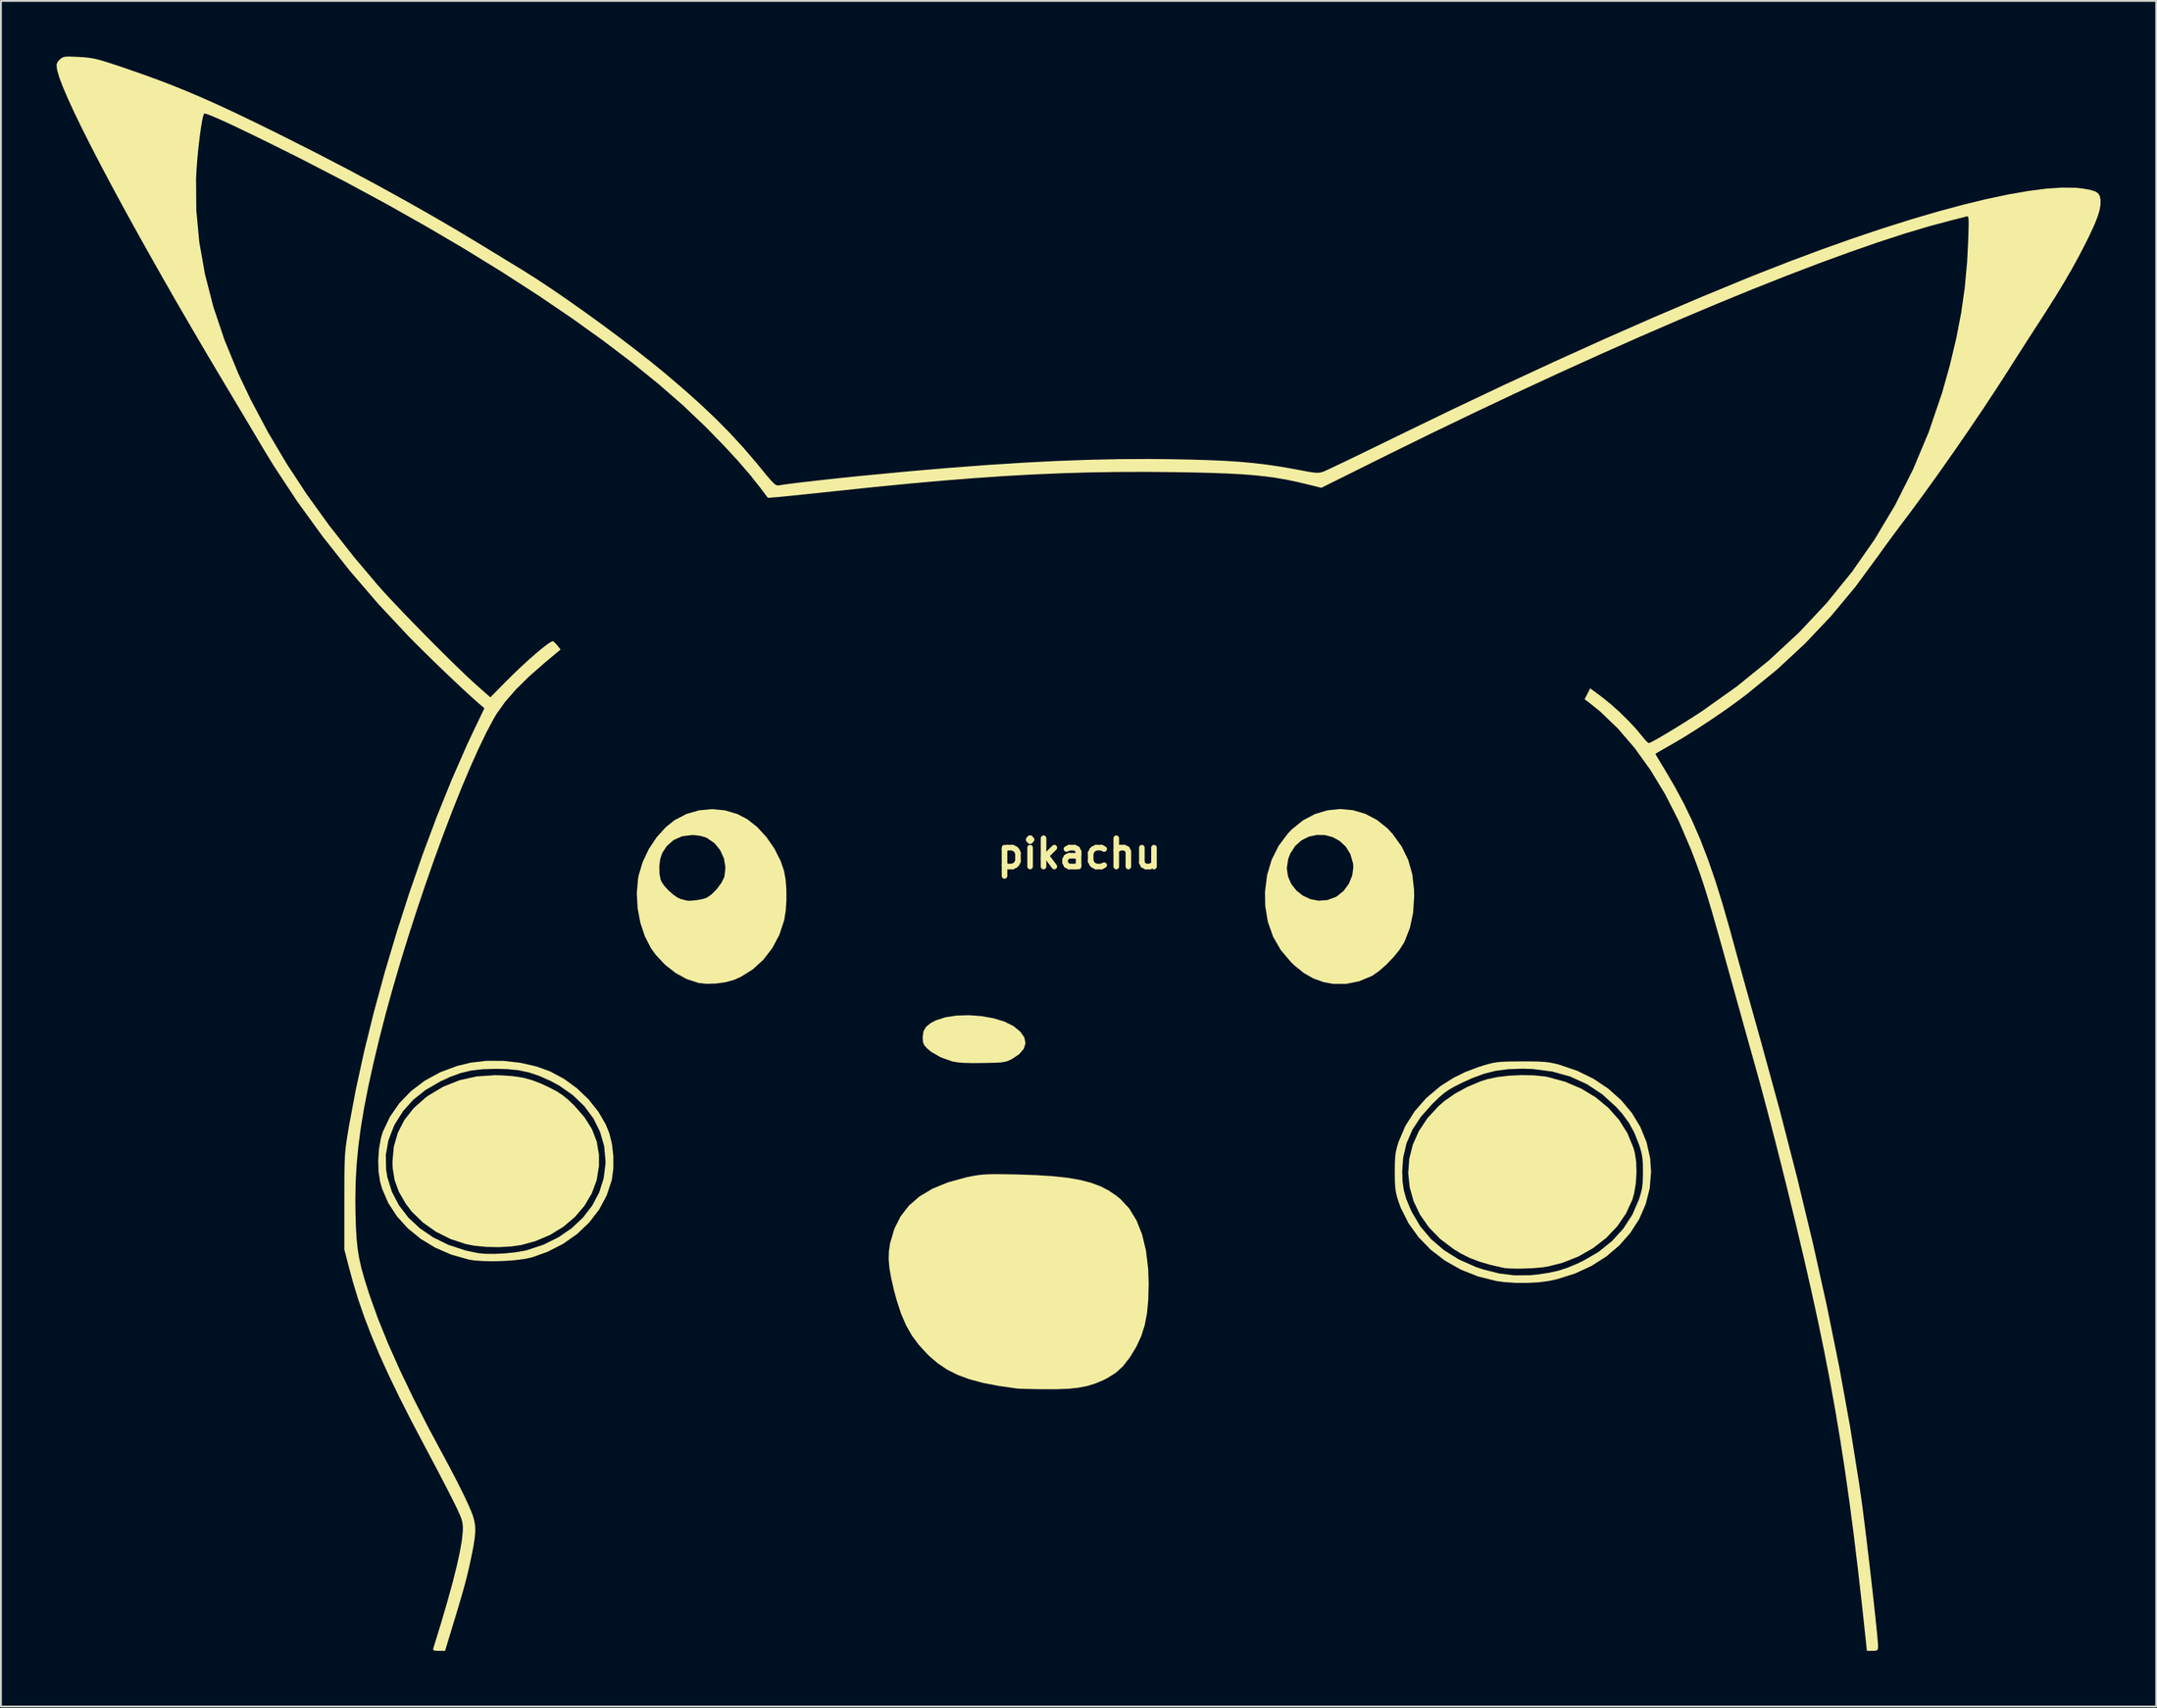
<source format=kicad_pcb>
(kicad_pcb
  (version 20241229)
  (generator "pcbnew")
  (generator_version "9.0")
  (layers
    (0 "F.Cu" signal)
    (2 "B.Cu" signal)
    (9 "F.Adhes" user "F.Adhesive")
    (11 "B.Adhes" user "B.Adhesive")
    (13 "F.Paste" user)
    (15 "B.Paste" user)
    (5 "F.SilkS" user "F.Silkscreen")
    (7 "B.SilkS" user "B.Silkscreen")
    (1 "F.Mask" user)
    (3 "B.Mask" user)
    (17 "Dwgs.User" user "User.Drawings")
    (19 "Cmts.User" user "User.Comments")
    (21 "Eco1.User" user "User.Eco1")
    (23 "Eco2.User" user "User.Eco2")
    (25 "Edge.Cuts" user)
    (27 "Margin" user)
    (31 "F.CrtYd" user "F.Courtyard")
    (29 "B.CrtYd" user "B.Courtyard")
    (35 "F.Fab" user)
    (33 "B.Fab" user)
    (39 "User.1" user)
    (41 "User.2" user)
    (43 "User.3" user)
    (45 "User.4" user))
  (footprint "pikachu"
    (layer "F.Cu")
    (at 55.118 42.979)
    (property "Reference" "pikachu" (at 0 0 0) (layer "F.SilkS") (effects (font (size 1.524 1.524) (thickness 0.3))))
    (attr through_hole)
    (fp_poly (pts (xy -5.265 8.757) (xy -4.62 8.872) (xy -4.039 9.048) (xy -3.561 9.284) (xy -3.535 9.301) (xy -3.17 9.601) (xy -2.957 9.909) (xy -2.897 10.218) (xy -2.99 10.519) (xy -3.235 10.805) (xy -3.583 11.042) (xy -3.741 11.126) (xy -3.883 11.186) (xy -4.039 11.227) (xy -4.238 11.253) (xy -4.511 11.269) (xy -4.888 11.279) (xy -5.227 11.285) (xy -5.798 11.288) (xy -6.24 11.276) (xy -6.575 11.247) (xy -6.83 11.202) (xy -6.873 11.19) (xy -7.474 10.973) (xy -7.97 10.688) (xy -8.189 10.508) (xy -8.349 10.332) (xy -8.422 10.157) (xy -8.441 9.908) (xy -8.441 9.893) (xy -8.397 9.578) (xy -8.253 9.328) (xy -7.988 9.118) (xy -7.71 8.977) (xy -7.197 8.814) (xy -6.592 8.725) (xy -5.936 8.707)) (stroke (width 0) (type solid)) (fill yes) (layer "F.SilkS"))
    (fp_poly (pts (xy -31.13 11.949) (xy -30.509 11.994) (xy -29.983 12.075) (xy -29.497 12.206) (xy -28.992 12.402) (xy -28.575 12.596) (xy -28.187 12.798) (xy -27.873 12.998) (xy -27.578 13.235) (xy -27.246 13.55) (xy -27.213 13.583) (xy -26.665 14.209) (xy -26.265 14.847) (xy -26.008 15.511) (xy -25.887 16.216) (xy -25.886 16.843) (xy -26.01 17.602) (xy -26.275 18.32) (xy -26.67 18.985) (xy -27.183 19.586) (xy -27.802 20.112) (xy -28.517 20.55) (xy -29.316 20.89) (xy -30.082 21.099) (xy -30.649 21.179) (xy -31.295 21.212) (xy -31.961 21.198) (xy -32.588 21.137) (xy -33.028 21.055) (xy -33.882 20.776) (xy -34.672 20.38) (xy -35.377 19.881) (xy -35.977 19.293) (xy -36.307 18.86) (xy -36.67 18.227) (xy -36.898 17.602) (xy -37.005 16.945) (xy -37.016 16.619) (xy -36.944 15.805) (xy -36.728 15.048) (xy -36.371 14.352) (xy -35.873 13.72) (xy -35.236 13.153) (xy -35.101 13.053) (xy -34.284 12.563) (xy -33.412 12.215) (xy -32.48 12.007) (xy -31.484 11.94)) (stroke (width 0) (type solid)) (fill yes) (layer "F.SilkS"))
    (fp_poly (pts (xy 24.504 11.949) (xy 25.091 12.009) (xy 25.247 12.037) (xy 26.188 12.294) (xy 27.055 12.664) (xy 27.835 13.135) (xy 28.518 13.7) (xy 29.092 14.347) (xy 29.545 15.067) (xy 29.867 15.85) (xy 29.939 16.107) (xy 30.017 16.605) (xy 30.035 17.183) (xy 29.996 17.781) (xy 29.902 18.336) (xy 29.814 18.645) (xy 29.469 19.4) (xy 28.992 20.095) (xy 28.396 20.72) (xy 27.698 21.263) (xy 26.912 21.712) (xy 26.053 22.054) (xy 25.249 22.258) (xy 24.917 22.306) (xy 24.504 22.341) (xy 24.054 22.364) (xy 23.614 22.372) (xy 23.226 22.364) (xy 22.936 22.34) (xy 22.883 22.33) (xy 22.168 22.169) (xy 21.57 21.995) (xy 21.051 21.796) (xy 20.571 21.556) (xy 20.193 21.328) (xy 19.454 20.77) (xy 18.845 20.143) (xy 18.368 19.462) (xy 18.022 18.739) (xy 17.81 17.988) (xy 17.731 17.22) (xy 17.787 16.45) (xy 17.978 15.69) (xy 18.305 14.953) (xy 18.77 14.253) (xy 19.372 13.602) (xy 19.671 13.342) (xy 20.246 12.938) (xy 20.915 12.573) (xy 21.616 12.277) (xy 21.993 12.156) (xy 22.534 12.041) (xy 23.17 11.967) (xy 23.845 11.936)) (stroke (width 0) (type solid)) (fill yes) (layer "F.SilkS"))
    (fp_poly (pts (xy 14.75 -2.347) (xy 15.417 -2.151) (xy 16.045 -1.822) (xy 16.617 -1.363) (xy 16.892 -1.064) (xy 17.38 -0.383) (xy 17.729 0.331) (xy 17.949 1.099) (xy 18.045 1.945) (xy 18.052 2.28) (xy 17.995 3.175) (xy 17.829 3.975) (xy 17.55 4.7) (xy 17.486 4.826) (xy 17.253 5.189) (xy 16.931 5.585) (xy 16.559 5.972) (xy 16.175 6.311) (xy 15.82 6.563) (xy 15.753 6.6) (xy 15.079 6.879) (xy 14.375 7.018) (xy 13.67 7.017) (xy 13.173 6.924) (xy 12.621 6.727) (xy 12.11 6.436) (xy 11.602 6.026) (xy 11.415 5.848) (xy 10.864 5.197) (xy 10.447 4.472) (xy 10.166 3.676) (xy 10.024 2.815) (xy 10.012 2.052) (xy 10.124 1.154) (xy 10.236 0.778) (xy 11.187 0.778) (xy 11.252 1.231) (xy 11.432 1.639) (xy 11.707 1.988) (xy 12.058 2.264) (xy 12.465 2.451) (xy 12.908 2.534) (xy 13.368 2.499) (xy 13.826 2.33) (xy 13.89 2.295) (xy 14.251 2.002) (xy 14.532 1.615) (xy 14.713 1.173) (xy 14.774 0.716) (xy 14.757 0.519) (xy 14.612 0.022) (xy 14.366 -0.38) (xy 14.04 -0.686) (xy 13.656 -0.895) (xy 13.237 -1.005) (xy 12.804 -1.014) (xy 12.38 -0.922) (xy 11.986 -0.727) (xy 11.646 -0.427) (xy 11.379 -0.022) (xy 11.257 0.297) (xy 11.187 0.778) (xy 10.236 0.778) (xy 10.372 0.323) (xy 10.751 -0.433) (xy 11.259 -1.107) (xy 11.464 -1.319) (xy 12.054 -1.795) (xy 12.697 -2.136) (xy 13.372 -2.34) (xy 14.062 -2.411)) (stroke (width 0) (type solid)) (fill yes) (layer "F.SilkS"))
    (fp_poly (pts (xy -4.127 17.279) (xy -3.583 17.289) (xy -3.33 17.294) (xy -2.295 17.33) (xy -1.398 17.388) (xy -0.622 17.473) (xy 0.048 17.588) (xy 0.629 17.739) (xy 1.136 17.927) (xy 1.586 18.158) (xy 1.995 18.434) (xy 2.218 18.616) (xy 2.695 19.128) (xy 3.084 19.765) (xy 3.385 20.521) (xy 3.596 21.39) (xy 3.714 22.368) (xy 3.742 23.154) (xy 3.722 24.022) (xy 3.653 24.77) (xy 3.527 25.426) (xy 3.338 26.02) (xy 3.078 26.581) (xy 2.74 27.138) (xy 2.723 27.162) (xy 2.362 27.628) (xy 1.97 27.987) (xy 1.494 28.284) (xy 1.282 28.388) (xy 0.861 28.565) (xy 0.435 28.697) (xy -0.028 28.788) (xy -0.557 28.845) (xy -1.183 28.871) (xy -1.797 28.873) (xy -2.254 28.868) (xy -2.673 28.86) (xy -3.021 28.85) (xy -3.269 28.84) (xy -3.369 28.833) (xy -4.348 28.693) (xy -5.192 28.529) (xy -5.921 28.334) (xy -6.554 28.1) (xy -7.111 27.82) (xy -7.61 27.487) (xy -8.071 27.093) (xy -8.176 26.991) (xy -8.637 26.492) (xy -9.018 25.98) (xy -9.335 25.424) (xy -9.606 24.793) (xy -9.845 24.057) (xy -9.982 23.547) (xy -10.134 22.892) (xy -10.23 22.348) (xy -10.271 21.88) (xy -10.261 21.457) (xy -10.202 21.045) (xy -10.19 20.986) (xy -9.966 20.224) (xy -9.63 19.554) (xy -9.178 18.972) (xy -8.606 18.475) (xy -7.91 18.06) (xy -7.084 17.721) (xy -6.125 17.457) (xy -5.947 17.418) (xy -5.676 17.365) (xy -5.428 17.325) (xy -5.178 17.298) (xy -4.897 17.283) (xy -4.556 17.277)) (stroke (width 0) (type solid)) (fill yes) (layer "F.SilkS"))
    (fp_poly (pts (xy -19.089 -2.337) (xy -18.415 -2.134) (xy -17.892 -1.861) (xy -17.353 -1.436) (xy -16.856 -0.894) (xy -16.426 -0.27) (xy -16.091 0.398) (xy -15.91 0.929) (xy -15.826 1.387) (xy -15.784 1.937) (xy -15.782 2.524) (xy -15.821 3.09) (xy -15.902 3.58) (xy -15.905 3.593) (xy -16.164 4.376) (xy -16.543 5.09) (xy -17.028 5.718) (xy -17.606 6.244) (xy -18.261 6.65) (xy -18.624 6.808) (xy -19.06 6.927) (xy -19.565 6.998) (xy -20.071 7.014) (xy -20.509 6.97) (xy -20.521 6.967) (xy -21.144 6.765) (xy -21.755 6.431) (xy -22.326 5.985) (xy -22.827 5.449) (xy -23.075 5.105) (xy -23.409 4.462) (xy -23.654 3.727) (xy -23.802 2.94) (xy -23.847 2.139) (xy -23.782 1.362) (xy -23.744 1.162) (xy -23.594 0.662) (xy -22.633 0.662) (xy -22.627 1.056) (xy -22.562 1.397) (xy -22.513 1.515) (xy -22.358 1.741) (xy -22.131 1.985) (xy -21.875 2.21) (xy -21.632 2.377) (xy -21.475 2.443) (xy -21.289 2.489) (xy -21.18 2.522) (xy -21.024 2.538) (xy -20.776 2.522) (xy -20.494 2.483) (xy -20.236 2.427) (xy -20.065 2.366) (xy -19.798 2.175) (xy -19.527 1.897) (xy -19.294 1.582) (xy -19.142 1.284) (xy -19.124 1.227) (xy -19.068 0.74) (xy -19.149 0.258) (xy -19.35 -0.187) (xy -19.657 -0.565) (xy -20.056 -0.843) (xy -20.151 -0.886) (xy -20.4 -0.957) (xy -20.711 -1) (xy -20.87 -1.007) (xy -21.404 -0.94) (xy -21.86 -0.74) (xy -22.232 -0.41) (xy -22.476 -0.039) (xy -22.582 0.277) (xy -22.633 0.662) (xy -23.594 0.662) (xy -23.528 0.442) (xy -23.198 -0.253) (xy -22.776 -0.888) (xy -22.282 -1.434) (xy -21.816 -1.806) (xy -21.18 -2.139) (xy -20.497 -2.339) (xy -19.791 -2.405)) (stroke (width 0) (type solid)) (fill yes) (layer "F.SilkS"))
    (fp_poly (pts (xy -31.036 11.169) (xy -30.128 11.271) (xy -29.262 11.468) (xy -28.528 11.732) (xy -27.771 12.137) (xy -27.071 12.648) (xy -26.448 13.243) (xy -25.924 13.9) (xy -25.519 14.598) (xy -25.328 15.068) (xy -25.185 15.652) (xy -25.111 16.304) (xy -25.111 16.959) (xy -25.187 17.553) (xy -25.2 17.61) (xy -25.47 18.426) (xy -25.877 19.186) (xy -26.41 19.881) (xy -27.059 20.499) (xy -27.812 21.03) (xy -28.659 21.463) (xy -29.504 21.765) (xy -29.91 21.851) (xy -30.423 21.916) (xy -30.999 21.957) (xy -31.592 21.973) (xy -32.156 21.962) (xy -32.646 21.923) (xy -32.912 21.879) (xy -33.849 21.613) (xy -34.716 21.236) (xy -35.501 20.76) (xy -36.191 20.194) (xy -36.774 19.55) (xy -37.238 18.839) (xy -37.571 18.071) (xy -37.683 17.675) (xy -37.765 17.132) (xy -37.782 16.521) (xy -37.762 16.228) (xy -37.372 16.228) (xy -37.358 17.023) (xy -37.29 17.443) (xy -37.046 18.23) (xy -36.666 18.957) (xy -36.161 19.615) (xy -35.54 20.196) (xy -34.813 20.691) (xy -33.991 21.092) (xy -33.084 21.39) (xy -32.408 21.533) (xy -32.003 21.571) (xy -31.499 21.575) (xy -30.951 21.548) (xy -30.411 21.493) (xy -29.932 21.413) (xy -29.775 21.377) (xy -28.88 21.08) (xy -28.07 20.681) (xy -27.355 20.189) (xy -26.745 19.616) (xy -26.248 18.971) (xy -25.874 18.265) (xy -25.633 17.508) (xy -25.533 16.712) (xy -25.531 16.572) (xy -25.606 15.764) (xy -25.826 14.995) (xy -26.184 14.274) (xy -26.674 13.613) (xy -27.287 13.021) (xy -28.016 12.509) (xy -28.459 12.269) (xy -29.072 11.991) (xy -29.64 11.797) (xy -30.213 11.674) (xy -30.843 11.612) (xy -31.44 11.597) (xy -32.155 11.619) (xy -32.772 11.691) (xy -33.34 11.826) (xy -33.911 12.034) (xy -34.422 12.27) (xy -35.222 12.732) (xy -35.89 13.261) (xy -36.439 13.871) (xy -36.88 14.572) (xy -36.939 14.688) (xy -37.233 15.449) (xy -37.372 16.228) (xy -37.762 16.228) (xy -37.739 15.9) (xy -37.637 15.328) (xy -37.539 15.004) (xy -37.155 14.189) (xy -36.644 13.451) (xy -36.015 12.799) (xy -35.281 12.241) (xy -34.452 11.787) (xy -33.539 11.445) (xy -32.794 11.264) (xy -31.94 11.165)) (stroke (width 0) (type solid)) (fill yes) (layer "F.SilkS"))
    (fp_poly (pts (xy 24.373 11.198) (xy 24.774 11.207) (xy 25.09 11.226) (xy 25.356 11.258) (xy 25.606 11.307) (xy 25.865 11.372) (xy 26.838 11.703) (xy 27.726 12.139) (xy 28.519 12.671) (xy 29.209 13.288) (xy 29.788 13.982) (xy 30.246 14.741) (xy 30.577 15.556) (xy 30.77 16.418) (xy 30.821 17.153) (xy 30.746 18.046) (xy 30.529 18.898) (xy 30.178 19.701) (xy 29.701 20.444) (xy 29.108 21.119) (xy 28.408 21.715) (xy 27.609 22.223) (xy 26.72 22.635) (xy 25.75 22.94) (xy 25.303 23.037) (xy 24.775 23.107) (xy 24.158 23.14) (xy 23.514 23.137) (xy 22.903 23.097) (xy 22.484 23.04) (xy 21.489 22.79) (xy 20.56 22.42) (xy 19.71 21.938) (xy 18.949 21.356) (xy 18.292 20.682) (xy 17.749 19.926) (xy 17.332 19.099) (xy 17.208 18.762) (xy 17.121 18.482) (xy 17.064 18.231) (xy 17.029 17.964) (xy 17.012 17.636) (xy 17.007 17.202) (xy 17.007 17.153) (xy 17.008 17.127) (xy 17.406 17.127) (xy 17.426 17.671) (xy 17.494 18.146) (xy 17.626 18.611) (xy 17.833 19.12) (xy 17.927 19.321) (xy 18.379 20.089) (xy 18.959 20.776) (xy 19.657 21.375) (xy 20.466 21.879) (xy 21.377 22.282) (xy 21.761 22.411) (xy 22.632 22.631) (xy 23.46 22.734) (xy 24.299 22.726) (xy 24.705 22.686) (xy 25.307 22.596) (xy 25.824 22.481) (xy 26.316 22.321) (xy 26.843 22.1) (xy 27.148 21.956) (xy 27.98 21.474) (xy 28.708 20.89) (xy 29.322 20.215) (xy 29.812 19.459) (xy 30.161 18.655) (xy 30.266 18.324) (xy 30.331 18.038) (xy 30.367 17.741) (xy 30.381 17.375) (xy 30.382 17.153) (xy 30.377 16.732) (xy 30.353 16.409) (xy 30.305 16.13) (xy 30.222 15.838) (xy 30.17 15.681) (xy 29.923 15.054) (xy 29.633 14.519) (xy 29.264 14.018) (xy 28.937 13.652) (xy 28.189 12.971) (xy 27.366 12.427) (xy 26.47 12.018) (xy 25.498 11.745) (xy 24.453 11.608) (xy 23.89 11.59) (xy 23.125 11.617) (xy 22.446 11.705) (xy 21.799 11.868) (xy 21.133 12.118) (xy 20.613 12.357) (xy 20.22 12.555) (xy 19.918 12.728) (xy 19.658 12.911) (xy 19.395 13.136) (xy 19.083 13.437) (xy 19.022 13.497) (xy 18.414 14.182) (xy 17.955 14.882) (xy 17.639 15.612) (xy 17.458 16.386) (xy 17.406 17.127) (xy 17.008 17.127) (xy 17.011 16.708) (xy 17.027 16.373) (xy 17.059 16.102) (xy 17.115 15.85) (xy 17.199 15.572) (xy 17.214 15.527) (xy 17.577 14.678) (xy 18.076 13.889) (xy 18.699 13.177) (xy 19.435 12.556) (xy 19.546 12.478) (xy 20.171 12.084) (xy 20.809 11.768) (xy 21.521 11.5) (xy 21.799 11.412) (xy 22.068 11.334) (xy 22.302 11.278) (xy 22.537 11.24) (xy 22.807 11.216) (xy 23.146 11.204) (xy 23.589 11.198) (xy 23.851 11.197)) (stroke (width 0) (type solid)) (fill yes) (layer "F.SilkS"))
    (fp_poly (pts (xy -54.101 -42.967) (xy -53.919 -42.958) (xy -53.633 -42.941) (xy -53.383 -42.916) (xy -53.143 -42.878) (xy -52.882 -42.818) (xy -52.573 -42.73) (xy -52.186 -42.608) (xy -51.693 -42.444) (xy -51.468 -42.368) (xy -50.571 -42.057) (xy -49.721 -41.749) (xy -48.897 -41.434) (xy -48.076 -41.101) (xy -47.237 -40.743) (xy -46.358 -40.35) (xy -45.418 -39.911) (xy -44.395 -39.419) (xy -43.267 -38.863) (xy -42.814 -38.637) (xy -41.035 -37.737) (xy -39.367 -36.869) (xy -37.774 -36.015) (xy -36.219 -35.155) (xy -35.428 -34.708) (xy -34.983 -34.454) (xy -34.564 -34.213) (xy -34.152 -33.973) (xy -33.732 -33.726) (xy -33.285 -33.46) (xy -32.794 -33.165) (xy -32.241 -32.831) (xy -31.611 -32.447) (xy -30.884 -32.004) (xy -30.044 -31.49) (xy -29.978 -31.45) (xy -29.249 -30.989) (xy -28.429 -30.445) (xy -27.544 -29.837) (xy -26.62 -29.184) (xy -25.682 -28.504) (xy -24.757 -27.816) (xy -23.87 -27.138) (xy -23.047 -26.491) (xy -22.315 -25.892) (xy -22.302 -25.881) (xy -21.287 -25.014) (xy -20.381 -24.203) (xy -19.562 -23.425) (xy -18.806 -22.658) (xy -18.09 -21.878) (xy -17.391 -21.062) (xy -17.089 -20.693) (xy -16.807 -20.349) (xy -16.6 -20.11) (xy -16.452 -19.959) (xy -16.341 -19.88) (xy -16.251 -19.854) (xy -16.186 -19.86) (xy -15.994 -19.892) (xy -15.668 -19.937) (xy -15.229 -19.992) (xy -14.696 -20.055) (xy -14.091 -20.124) (xy -13.434 -20.197) (xy -12.744 -20.271) (xy -12.043 -20.343) (xy -11.461 -20.401) (xy -9.162 -20.619) (xy -7.002 -20.804) (xy -4.967 -20.958) (xy -3.044 -21.081) (xy -1.22 -21.175) (xy 0.518 -21.239) (xy 2.184 -21.275) (xy 3.789 -21.283) (xy 4.956 -21.271) (xy 6.04 -21.249) (xy 6.995 -21.22) (xy 7.844 -21.182) (xy 8.612 -21.133) (xy 9.325 -21.069) (xy 10.006 -20.991) (xy 10.682 -20.894) (xy 11.375 -20.778) (xy 11.988 -20.663) (xy 12.381 -20.59) (xy 12.659 -20.549) (xy 12.856 -20.538) (xy 13.009 -20.555) (xy 13.15 -20.597) (xy 13.273 -20.65) (xy 13.522 -20.765) (xy 13.88 -20.935) (xy 14.336 -21.152) (xy 14.874 -21.411) (xy 15.48 -21.705) (xy 16.14 -22.026) (xy 16.84 -22.367) (xy 17.114 -22.502) (xy 20.011 -23.906) (xy 22.853 -25.254) (xy 25.629 -26.54) (xy 28.326 -27.76) (xy 30.935 -28.908) (xy 33.443 -29.979) (xy 35.839 -30.968) (xy 36.607 -31.277) (xy 38.344 -31.956) (xy 40.039 -32.588) (xy 41.683 -33.172) (xy 43.269 -33.705) (xy 44.79 -34.186) (xy 46.239 -34.613) (xy 47.606 -34.982) (xy 48.886 -35.294) (xy 50.071 -35.545) (xy 51.153 -35.733) (xy 52.124 -35.858) (xy 52.977 -35.915) (xy 53.704 -35.905) (xy 54.067 -35.867) (xy 54.473 -35.795) (xy 54.749 -35.712) (xy 54.92 -35.601) (xy 55.01 -35.448) (xy 55.044 -35.25) (xy 55.041 -34.985) (xy 54.99 -34.687) (xy 54.883 -34.336) (xy 54.713 -33.91) (xy 54.474 -33.39) (xy 54.248 -32.931) (xy 53.889 -32.237) (xy 53.511 -31.546) (xy 53.096 -30.83) (xy 52.63 -30.063) (xy 52.096 -29.216) (xy 51.732 -28.652) (xy 51.402 -28.143) (xy 51.033 -27.571) (xy 50.66 -26.988) (xy 50.317 -26.45) (xy 50.143 -26.174) (xy 49.473 -25.132) (xy 48.733 -24.01) (xy 47.945 -22.843) (xy 47.132 -21.664) (xy 46.318 -20.506) (xy 45.525 -19.402) (xy 44.777 -18.386) (xy 44.489 -18.005) (xy 44.163 -17.571) (xy 43.834 -17.129) (xy 43.527 -16.711) (xy 43.267 -16.352) (xy 43.094 -16.107) (xy 41.831 -14.389) (xy 40.509 -12.801) (xy 39.109 -11.322) (xy 37.61 -9.932) (xy 35.995 -8.612) (xy 35.509 -8.245) (xy 34.839 -7.761) (xy 34.106 -7.258) (xy 33.355 -6.764) (xy 32.628 -6.306) (xy 31.968 -5.915) (xy 31.846 -5.846) (xy 31.536 -5.67) (xy 31.283 -5.524) (xy 31.113 -5.423) (xy 31.053 -5.381) (xy 31.091 -5.311) (xy 31.194 -5.136) (xy 31.348 -4.881) (xy 31.536 -4.572) (xy 31.544 -4.558) (xy 32.088 -3.633) (xy 32.584 -2.708) (xy 33.042 -1.762) (xy 33.47 -0.773) (xy 33.876 0.279) (xy 34.27 1.416) (xy 34.658 2.659) (xy 35.051 4.028) (xy 35.166 4.448) (xy 35.306 4.961) (xy 35.48 5.596) (xy 35.681 6.324) (xy 35.901 7.119) (xy 36.133 7.951) (xy 36.369 8.795) (xy 36.6 9.622) (xy 36.715 10.028) (xy 37.748 13.802) (xy 38.689 17.453) (xy 39.539 20.984) (xy 40.298 24.398) (xy 40.966 27.696) (xy 41.544 30.882) (xy 42.033 33.956) (xy 42.123 34.577) (xy 42.189 35.053) (xy 42.263 35.62) (xy 42.343 36.258) (xy 42.428 36.95) (xy 42.515 37.676) (xy 42.603 38.419) (xy 42.688 39.16) (xy 42.77 39.88) (xy 42.845 40.561) (xy 42.912 41.184) (xy 42.969 41.731) (xy 43.013 42.184) (xy 43.043 42.525) (xy 43.056 42.733) (xy 43.056 42.759) (xy 43.042 42.901) (xy 42.97 42.964) (xy 42.796 42.979) (xy 42.754 42.979) (xy 42.452 42.979) (xy 42.405 42.533) (xy 42.183 40.462) (xy 41.962 38.523) (xy 41.74 36.694) (xy 41.512 34.955) (xy 41.275 33.285) (xy 41.025 31.664) (xy 40.759 30.07) (xy 40.473 28.484) (xy 40.163 26.883) (xy 39.826 25.248) (xy 39.457 23.558) (xy 39.054 21.792) (xy 38.613 19.928) (xy 38.129 17.948) (xy 37.902 17.037) (xy 37.704 16.249) (xy 37.492 15.419) (xy 37.274 14.577) (xy 37.059 13.757) (xy 36.855 12.99) (xy 36.671 12.308) (xy 36.515 11.744) (xy 36.512 11.732) (xy 36.36 11.193) (xy 36.175 10.533) (xy 35.965 9.783) (xy 35.739 8.972) (xy 35.504 8.129) (xy 35.269 7.284) (xy 35.041 6.465) (xy 34.966 6.195) (xy 34.692 5.21) (xy 34.453 4.358) (xy 34.243 3.621) (xy 34.058 2.983) (xy 33.893 2.428) (xy 33.741 1.937) (xy 33.597 1.494) (xy 33.458 1.083) (xy 33.316 0.686) (xy 33.167 0.286) (xy 33.006 -0.133) (xy 32.968 -0.232) (xy 32.309 -1.771) (xy 31.582 -3.2) (xy 30.789 -4.511) (xy 29.936 -5.698) (xy 29.028 -6.754) (xy 28.07 -7.672) (xy 27.498 -8.134) (xy 27.238 -8.331) (xy 27.539 -8.917) (xy 28.173 -8.447) (xy 28.615 -8.093) (xy 29.094 -7.664) (xy 29.568 -7.201) (xy 29.996 -6.745) (xy 30.329 -6.344) (xy 30.494 -6.144) (xy 30.63 -6.006) (xy 30.698 -5.963) (xy 30.8 -6.003) (xy 31.011 -6.114) (xy 31.309 -6.283) (xy 31.674 -6.498) (xy 32.084 -6.746) (xy 32.519 -7.015) (xy 32.956 -7.29) (xy 33.374 -7.56) (xy 33.57 -7.689) (xy 35.444 -9.02) (xy 37.187 -10.435) (xy 38.801 -11.934) (xy 40.285 -13.518) (xy 41.641 -15.188) (xy 42.868 -16.945) (xy 43.968 -18.788) (xy 44.94 -20.72) (xy 45.786 -22.739) (xy 46.505 -24.849) (xy 46.921 -26.329) (xy 47.268 -27.785) (xy 47.534 -29.163) (xy 47.726 -30.511) (xy 47.852 -31.879) (xy 47.907 -32.954) (xy 47.925 -33.46) (xy 47.935 -33.831) (xy 47.937 -34.086) (xy 47.928 -34.248) (xy 47.907 -34.334) (xy 47.874 -34.365) (xy 47.826 -34.361) (xy 47.812 -34.357) (xy 47.671 -34.319) (xy 47.425 -34.255) (xy 47.119 -34.178) (xy 47.005 -34.15) (xy 45.817 -33.832) (xy 44.501 -33.439) (xy 43.067 -32.972) (xy 41.52 -32.434) (xy 39.867 -31.829) (xy 38.115 -31.159) (xy 36.272 -30.428) (xy 34.343 -29.637) (xy 32.337 -28.791) (xy 30.259 -27.891) (xy 28.117 -26.941) (xy 25.918 -25.944) (xy 23.668 -24.902) (xy 21.375 -23.818) (xy 19.044 -22.696) (xy 16.684 -21.537) (xy 16.146 -21.27) (xy 13.048 -19.729) (xy 12.235 -19.93) (xy 11.682 -20.06) (xy 11.142 -20.171) (xy 10.599 -20.265) (xy 10.032 -20.342) (xy 9.424 -20.406) (xy 8.756 -20.458) (xy 8.009 -20.498) (xy 7.164 -20.53) (xy 6.203 -20.554) (xy 5.107 -20.573) (xy 5.034 -20.574) (xy 3.507 -20.587) (xy 2.012 -20.581) (xy 0.53 -20.557) (xy -0.956 -20.513) (xy -2.465 -20.449) (xy -4.015 -20.362) (xy -5.624 -20.252) (xy -7.312 -20.119) (xy -9.095 -19.96) (xy -10.992 -19.775) (xy -13.022 -19.563) (xy -13.203 -19.544) (xy -13.842 -19.475) (xy -14.454 -19.411) (xy -15.017 -19.352) (xy -15.507 -19.301) (xy -15.902 -19.262) (xy -16.178 -19.235) (xy -16.27 -19.227) (xy -16.781 -19.186) (xy -17.227 -19.778) (xy -17.762 -20.452) (xy -18.402 -21.192) (xy -19.155 -22.006) (xy -20.027 -22.902) (xy -20.205 -23.08) (xy -21.37 -24.187) (xy -22.678 -25.327) (xy -24.12 -26.495) (xy -25.69 -27.686) (xy -27.379 -28.896) (xy -29.181 -30.118) (xy -31.087 -31.349) (xy -33.089 -32.583) (xy -35.182 -33.815) (xy -37.355 -35.041) (xy -39.603 -36.254) (xy -41.917 -37.451) (xy -42.553 -37.771) (xy -43.535 -38.259) (xy -44.409 -38.688) (xy -45.169 -39.056) (xy -45.813 -39.36) (xy -46.337 -39.6) (xy -46.737 -39.772) (xy -47.009 -39.877) (xy -47.149 -39.911) (xy -47.166 -39.906) (xy -47.214 -39.79) (xy -47.269 -39.544) (xy -47.329 -39.194) (xy -47.39 -38.765) (xy -47.449 -38.283) (xy -47.503 -37.772) (xy -47.549 -37.257) (xy -47.583 -36.765) (xy -47.601 -36.389) (xy -47.588 -34.698) (xy -47.429 -32.987) (xy -47.123 -31.252) (xy -46.67 -29.49) (xy -46.068 -27.699) (xy -45.318 -25.875) (xy -44.65 -24.471) (xy -43.729 -22.735) (xy -42.727 -21.042) (xy -41.631 -19.371) (xy -40.428 -17.702) (xy -39.105 -16.018) (xy -37.81 -14.483) (xy -37.458 -14.089) (xy -37.016 -13.613) (xy -36.506 -13.075) (xy -35.947 -12.495) (xy -35.36 -11.893) (xy -34.764 -11.291) (xy -34.179 -10.708) (xy -33.626 -10.165) (xy -33.124 -9.682) (xy -32.694 -9.279) (xy -32.461 -9.069) (xy -31.74 -8.431) (xy -30.951 -9.232) (xy -30.522 -9.659) (xy -30.09 -10.072) (xy -29.672 -10.456) (xy -29.285 -10.797) (xy -28.944 -11.081) (xy -28.666 -11.295) (xy -28.467 -11.424) (xy -28.374 -11.457) (xy -28.284 -11.398) (xy -28.153 -11.26) (xy -28.129 -11.231) (xy -27.955 -11.01) (xy -28.788 -10.315) (xy -29.644 -9.564) (xy -30.361 -8.857) (xy -30.945 -8.186) (xy -31.404 -7.543) (xy -31.546 -7.305) (xy -31.947 -6.552) (xy -32.376 -5.663) (xy -32.828 -4.654) (xy -33.297 -3.541) (xy -33.778 -2.339) (xy -34.265 -1.062) (xy -34.753 0.272) (xy -35.235 1.649) (xy -35.707 3.052) (xy -36.164 4.468) (xy -36.598 5.88) (xy -37.005 7.272) (xy -37.38 8.629) (xy -37.71 9.912) (xy -38.041 11.294) (xy -38.318 12.553) (xy -38.545 13.711) (xy -38.724 14.788) (xy -38.857 15.806) (xy -38.948 16.786) (xy -39.001 17.749) (xy -39.016 18.717) (xy -39.007 19.414) (xy -38.984 20.143) (xy -38.948 20.761) (xy -38.891 21.306) (xy -38.808 21.82) (xy -38.691 22.341) (xy -38.532 22.909) (xy -38.326 23.564) (xy -38.219 23.89) (xy -37.778 25.114) (xy -37.239 26.441) (xy -36.606 27.861) (xy -35.886 29.363) (xy -35.082 30.936) (xy -34.522 31.982) (xy -34.017 32.92) (xy -33.587 33.742) (xy -33.233 34.446) (xy -32.956 35.028) (xy -32.759 35.485) (xy -32.676 35.709) (xy -32.6 35.978) (xy -32.558 36.249) (xy -32.552 36.55) (xy -32.584 36.91) (xy -32.654 37.356) (xy -32.765 37.917) (xy -32.796 38.063) (xy -32.883 38.458) (xy -32.969 38.827) (xy -33.061 39.196) (xy -33.168 39.594) (xy -33.297 40.046) (xy -33.454 40.581) (xy -33.648 41.225) (xy -33.74 41.527) (xy -34.181 42.979) (xy -34.52 42.979) (xy -34.729 42.97) (xy -34.817 42.932) (xy -34.818 42.85) (xy -34.815 42.843) (xy -34.409 41.524) (xy -34.064 40.346) (xy -33.777 39.307) (xy -33.551 38.408) (xy -33.383 37.646) (xy -33.275 37.02) (xy -33.225 36.529) (xy -33.221 36.387) (xy -33.228 36.199) (xy -33.253 36.024) (xy -33.308 35.832) (xy -33.404 35.593) (xy -33.55 35.278) (xy -33.758 34.857) (xy -33.773 34.827) (xy -33.97 34.439) (xy -34.221 33.95) (xy -34.51 33.395) (xy -34.817 32.81) (xy -35.125 32.229) (xy -35.298 31.905) (xy -36.019 30.535) (xy -36.657 29.275) (xy -37.22 28.108) (xy -37.715 27.018) (xy -38.147 25.987) (xy -38.526 25) (xy -38.857 24.04) (xy -39.147 23.089) (xy -39.355 22.323) (xy -39.61 21.334) (xy -39.609 18.74) (xy -39.608 18.036) (xy -39.606 17.462) (xy -39.601 16.994) (xy -39.591 16.607) (xy -39.575 16.277) (xy -39.551 15.979) (xy -39.518 15.689) (xy -39.474 15.381) (xy -39.418 15.032) (xy -39.351 14.636) (xy -38.984 12.686) (xy -38.538 10.646) (xy -38.018 8.543) (xy -37.434 6.402) (xy -36.793 4.249) (xy -36.105 2.109) (xy -35.376 0.008) (xy -34.615 -2.027) (xy -33.83 -3.972) (xy -33.029 -5.801) (xy -32.632 -6.651) (xy -32.061 -7.842) (xy -32.428 -8.16) (xy -32.779 -8.473) (xy -33.214 -8.873) (xy -33.709 -9.338) (xy -34.241 -9.844) (xy -34.784 -10.369) (xy -35.315 -10.889) (xy -35.81 -11.381) (xy -36.166 -11.742) (xy -37.776 -13.464) (xy -39.325 -15.267) (xy -40.794 -17.125) (xy -42.162 -19.014) (xy -43.409 -20.906) (xy -44.023 -21.915) (xy -44.186 -22.19) (xy -44.415 -22.576) (xy -44.698 -23.052) (xy -45.021 -23.595) (xy -45.373 -24.183) (xy -45.738 -24.795) (xy -46.077 -25.361) (xy -46.959 -26.844) (xy -47.815 -28.302) (xy -48.642 -29.727) (xy -49.436 -31.114) (xy -50.194 -32.455) (xy -50.912 -33.743) (xy -51.586 -34.971) (xy -52.213 -36.133) (xy -52.789 -37.222) (xy -53.309 -38.23) (xy -53.772 -39.151) (xy -54.172 -39.978) (xy -54.506 -40.704) (xy -54.771 -41.323) (xy -54.963 -41.826) (xy -55.077 -42.207) (xy -55.101 -42.326) (xy -55.118 -42.546) (xy -55.062 -42.696) (xy -54.952 -42.816) (xy -54.857 -42.897) (xy -54.758 -42.948) (xy -54.622 -42.974) (xy -54.414 -42.979)) (stroke (width 0) (type solid)) (fill yes) (layer "F.SilkS")))
  (gr_rect
    (start -3 -3)
    (end 113.162 88.957)
    (stroke (width 0.1) (type default))
    (fill no)
    (layer "Edge.Cuts")))
</source>
